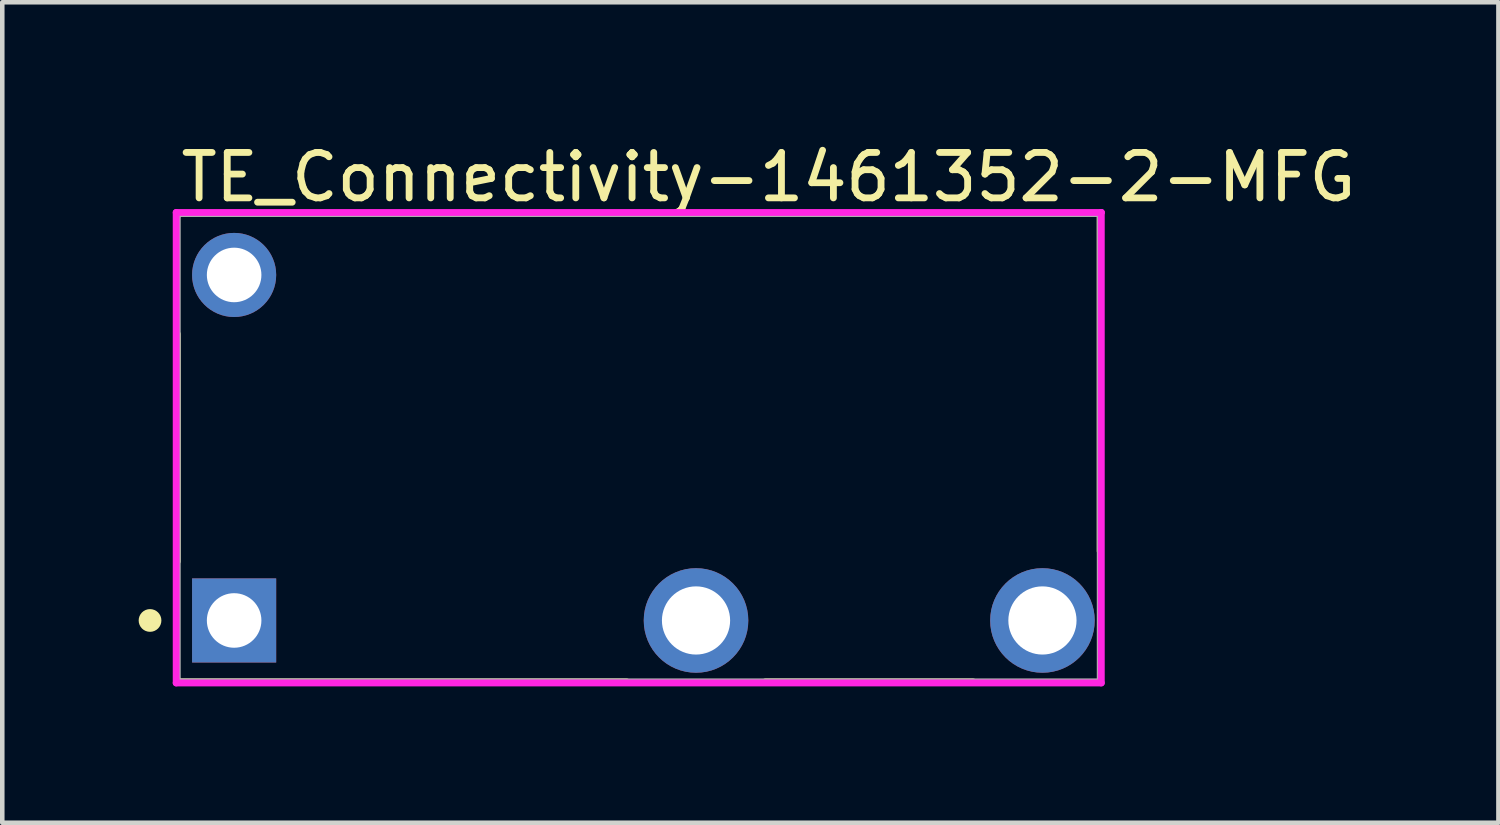
<source format=kicad_pcb>
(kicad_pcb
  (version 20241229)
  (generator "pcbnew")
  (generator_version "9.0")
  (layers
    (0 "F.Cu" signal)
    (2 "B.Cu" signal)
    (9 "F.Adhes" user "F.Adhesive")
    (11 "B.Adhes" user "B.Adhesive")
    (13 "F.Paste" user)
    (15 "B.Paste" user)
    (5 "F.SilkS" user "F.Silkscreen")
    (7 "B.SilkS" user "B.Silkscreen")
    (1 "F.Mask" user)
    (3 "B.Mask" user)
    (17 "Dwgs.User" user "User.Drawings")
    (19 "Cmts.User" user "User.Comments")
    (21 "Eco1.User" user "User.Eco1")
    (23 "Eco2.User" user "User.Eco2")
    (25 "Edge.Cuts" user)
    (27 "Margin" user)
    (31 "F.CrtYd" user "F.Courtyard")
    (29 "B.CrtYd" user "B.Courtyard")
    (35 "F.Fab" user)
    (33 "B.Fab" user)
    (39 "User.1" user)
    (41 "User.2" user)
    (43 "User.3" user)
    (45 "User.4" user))
  (footprint "TE_Connectivity-1461352-2-MFG"
    (layer "F.Cu")
    (at 11 6.798)
    (property "Reference" "TE_Connectivity-1461352-2-MFG" (at -10.15 -5.95 0) (layer "F.SilkS") (effects (font (size 1 1) (thickness 0.15)) (justify left)))
    (attr through_hole)
    (fp_line (start -10.15 -5.15) (end 10.15 -5.15) (stroke (width 0.15) (type solid)) (layer "F.SilkS"))
    (fp_line (start -10.15 -5.1) (end -10.15 -5.15) (stroke (width 0.15) (type solid)) (layer "F.SilkS"))
    (fp_line (start -10.15 2.5) (end -10.15 -2.5) (stroke (width 0.15) (type solid)) (layer "F.SilkS"))
    (fp_line (start -10.15 5.15) (end -10.15 5.1) (stroke (width 0.15) (type solid)) (layer "F.SilkS"))
    (fp_line (start -10.15 5.15) (end -0.265 5.15) (stroke (width 0.15) (type solid)) (layer "F.SilkS"))
    (fp_line (start 2.785 5.15) (end 7.355 5.15) (stroke (width 0.15) (type solid)) (layer "F.SilkS"))
    (fp_line (start 10.15 2.275) (end 10.15 -5.15) (stroke (width 0.15) (type solid)) (layer "F.SilkS"))
    (fp_circle (center -10.75 3.8) (end -10.625 3.8) (stroke (width 0.25) (type solid)) (fill no) (layer "F.SilkS"))
    (fp_line (start -10.175 -5.175) (end -10.175 5.175) (stroke (width 0.15) (type solid)) (layer "F.CrtYd"))
    (fp_line (start -10.175 5.175) (end 10.175 5.175) (stroke (width 0.15) (type solid)) (layer "F.CrtYd"))
    (fp_line (start 10.175 -5.175) (end -10.175 -5.175) (stroke (width 0.15) (type solid)) (layer "F.CrtYd"))
    (fp_line (start 10.175 -5.175) (end 10.175 -5.175) (stroke (width 0.15) (type solid)) (layer "F.CrtYd"))
    (fp_line (start 10.175 5.175) (end 10.175 -5.175) (stroke (width 0.15) (type solid)) (layer "F.CrtYd"))
    (fp_line (start -10.15 -5.15) (end 10.15 -5.15) (stroke (width 0.15) (type solid)) (layer "F.Fab"))
    (fp_line (start -10.15 5.15) (end -10.15 -5.15) (stroke (width 0.15) (type solid)) (layer "F.Fab"))
    (fp_line (start 10.15 -5.15) (end 10.15 5.15) (stroke (width 0.15) (type solid)) (layer "F.Fab"))
    (fp_line (start 10.15 5.15) (end -10.15 5.15) (stroke (width 0.15) (type solid)) (layer "F.Fab"))
    (pad "1" thru_hole rect (at -8.9 3.8) (size 1.85 1.85) (drill 1.2) (layers "*.Cu"))
    (pad "2" thru_hole circle (at -8.9 -3.8) (size 1.85 1.85) (drill 1.2) (layers "*.Cu"))
    (pad "3" thru_hole circle (at 1.26 3.8) (size 2.3 2.3) (drill 1.5) (layers "*.Cu"))
    (pad "4" thru_hole circle (at 8.88 3.8) (size 2.3 2.3) (drill 1.5) (layers "*.Cu")))
  (gr_rect
    (start -3 -3)
    (end 29.91 15.048)
    (stroke (width 0.1) (type default))
    (fill no)
    (layer "Edge.Cuts")))
</source>
